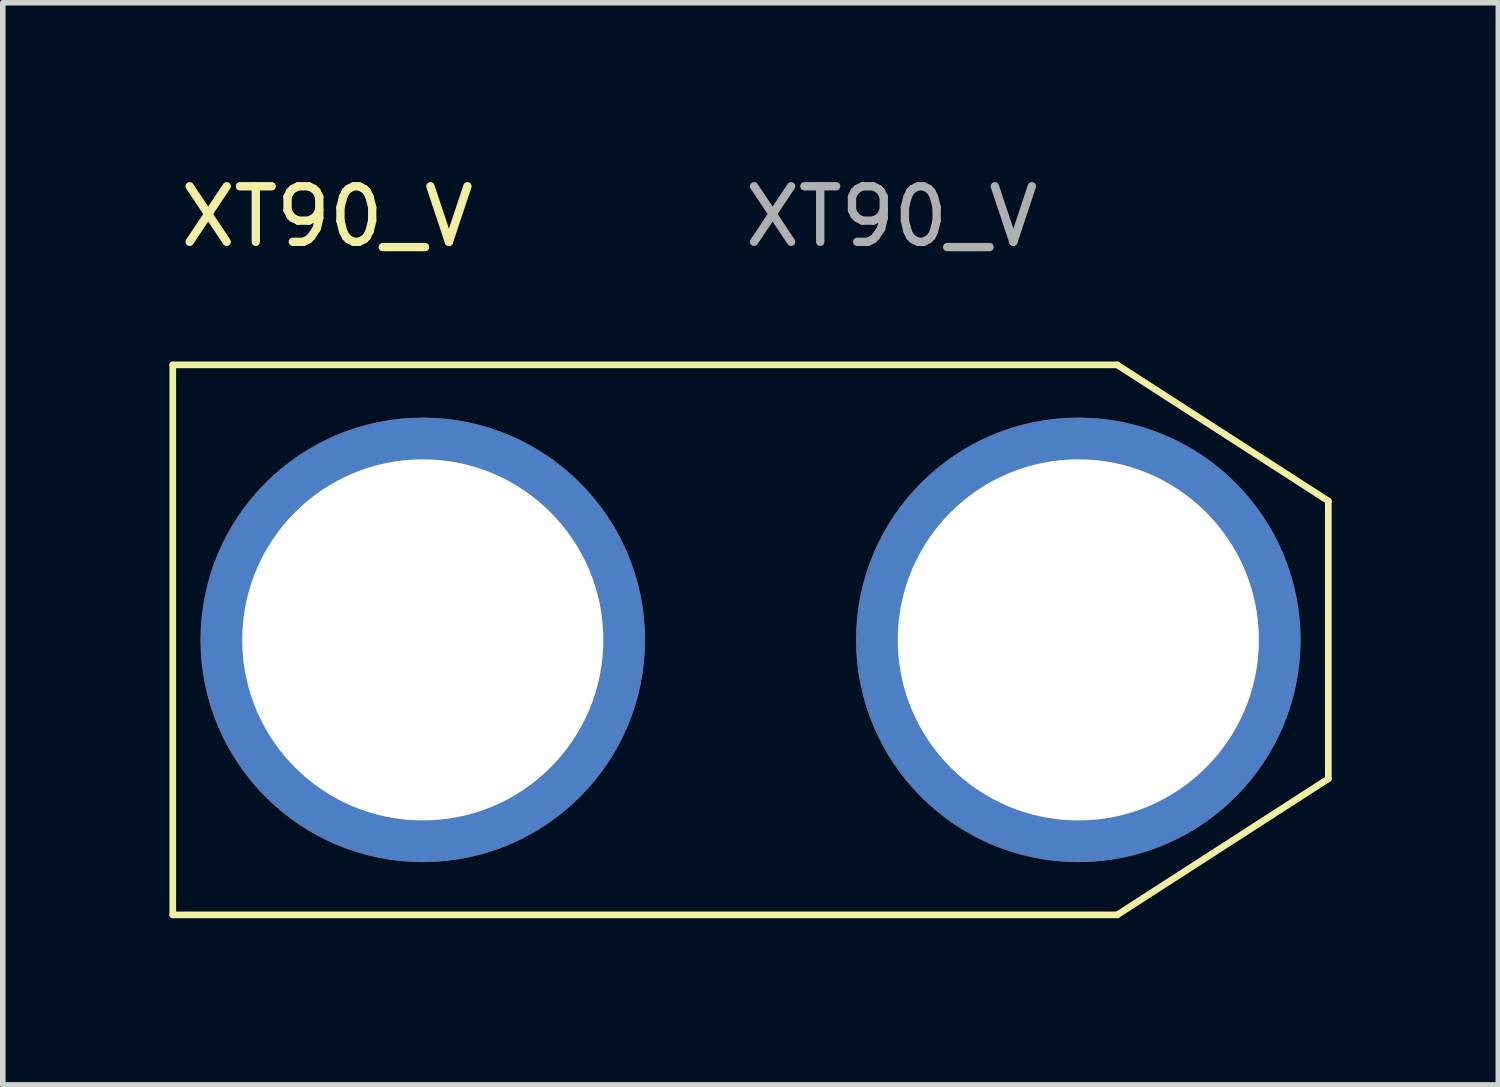
<source format=kicad_pcb>
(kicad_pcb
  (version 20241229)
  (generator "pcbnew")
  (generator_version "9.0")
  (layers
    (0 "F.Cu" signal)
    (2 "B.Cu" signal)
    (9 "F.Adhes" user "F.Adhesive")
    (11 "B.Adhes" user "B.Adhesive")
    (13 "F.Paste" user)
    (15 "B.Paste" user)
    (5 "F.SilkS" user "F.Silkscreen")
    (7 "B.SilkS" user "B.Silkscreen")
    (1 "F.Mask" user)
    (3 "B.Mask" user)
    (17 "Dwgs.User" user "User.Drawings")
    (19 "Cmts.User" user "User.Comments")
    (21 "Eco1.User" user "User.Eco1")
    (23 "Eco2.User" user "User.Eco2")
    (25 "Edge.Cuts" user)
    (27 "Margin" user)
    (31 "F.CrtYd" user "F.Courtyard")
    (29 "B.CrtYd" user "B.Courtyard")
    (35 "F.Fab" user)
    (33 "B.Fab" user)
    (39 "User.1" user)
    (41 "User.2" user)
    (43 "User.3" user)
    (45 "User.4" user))
  (footprint "XT90_V"
    (layer "F.Cu")
    (at 10.46 8.468)
    (property "Reference" "XT90_V" (at -7.62 -7.62 0) (unlocked yes) (layer "F.SilkS") (effects (font (size 1 1) (thickness 0.15))))
    (attr through_hole)
    (fp_line (start -10.4 -4.95) (end -10.4 4.95) (stroke (width 0.12) (type solid)) (layer "F.SilkS"))
    (fp_line (start -10.4 -4.95) (end 6.6 -4.95) (stroke (width 0.12) (type solid)) (layer "F.SilkS"))
    (fp_line (start -10.4 4.95) (end 6.6 4.95) (stroke (width 0.12) (type solid)) (layer "F.SilkS"))
    (fp_line (start 10.4 -2.5) (end 6.6 -4.95) (stroke (width 0.12) (type solid)) (layer "F.SilkS"))
    (fp_line (start 10.4 2.5) (end 6.6 4.95) (stroke (width 0.12) (type solid)) (layer "F.SilkS"))
    (fp_line (start 10.4 2.5) (end 10.4 -2.5) (stroke (width 0.12) (type solid)) (layer "F.SilkS"))
    (fp_text user "${REFERENCE}" (at 2.54 -7.62 0) (unlocked yes) (layer "F.Fab") (effects (font (size 1 1) (thickness 0.15))))
    (pad "1" thru_hole circle (at 5.9 0) (size 8 8) (drill 6.5) (layers "*.Cu" "*.Mask"))
    (pad "2" thru_hole circle (at -5.9 0) (size 8 8) (drill 6.5) (layers "*.Cu" "*.Mask")))
  (gr_rect
    (start -3 -3)
    (end 23.92 16.478)
    (stroke (width 0.1) (type default))
    (fill no)
    (layer "Edge.Cuts")))
</source>
